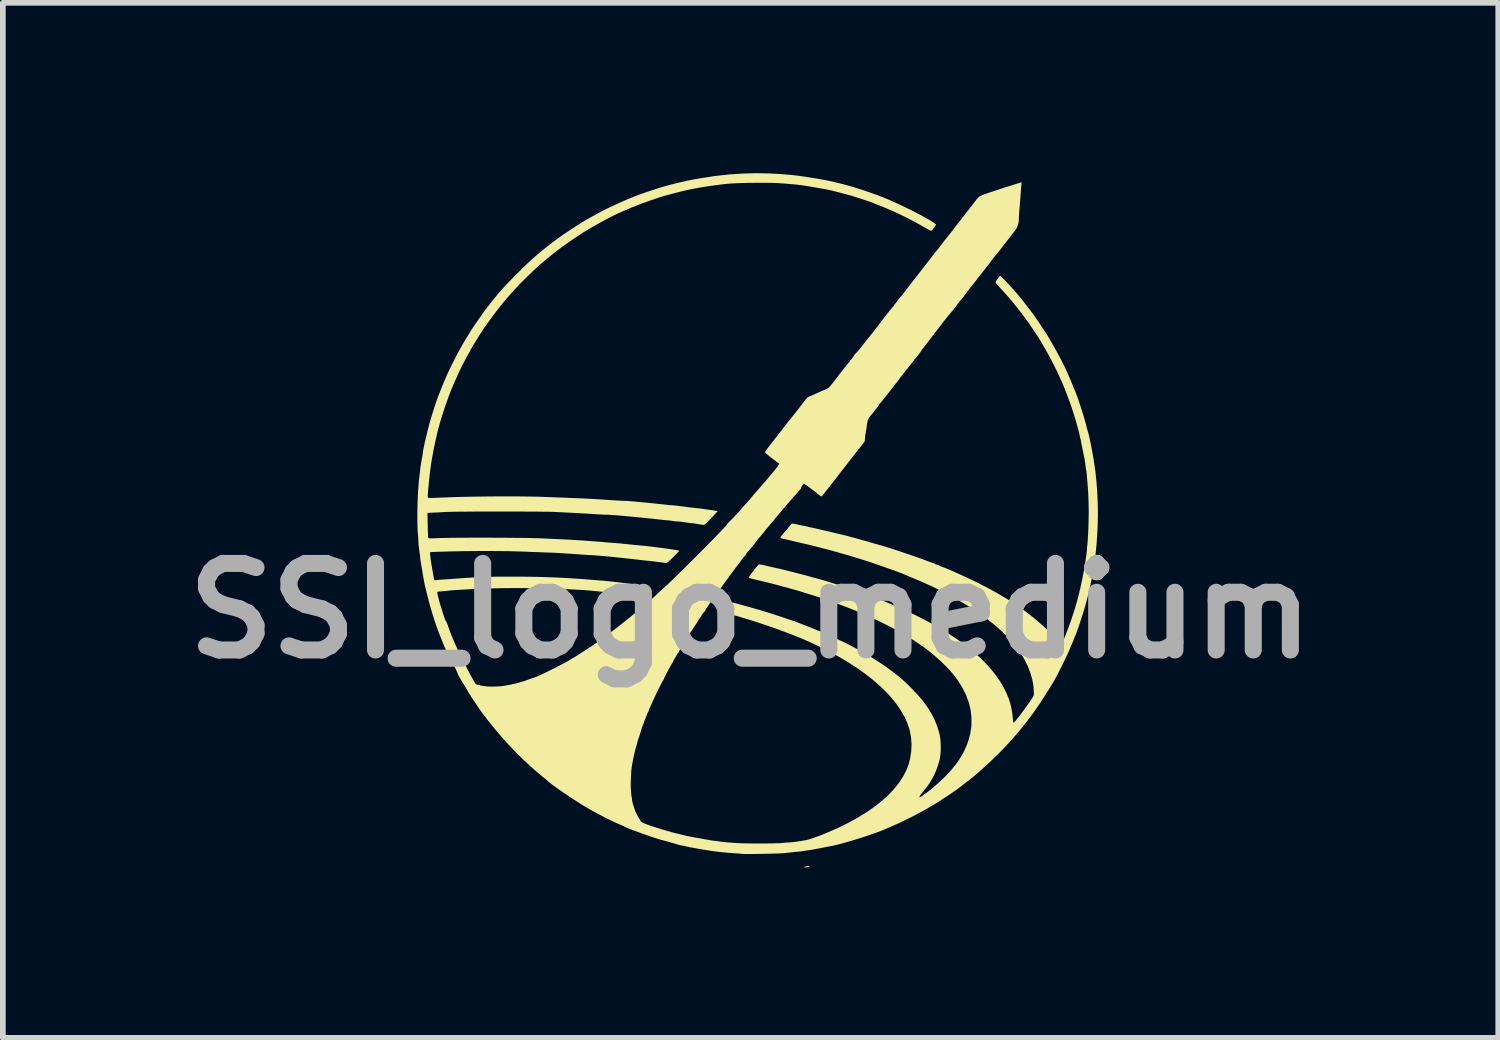
<source format=kicad_pcb>
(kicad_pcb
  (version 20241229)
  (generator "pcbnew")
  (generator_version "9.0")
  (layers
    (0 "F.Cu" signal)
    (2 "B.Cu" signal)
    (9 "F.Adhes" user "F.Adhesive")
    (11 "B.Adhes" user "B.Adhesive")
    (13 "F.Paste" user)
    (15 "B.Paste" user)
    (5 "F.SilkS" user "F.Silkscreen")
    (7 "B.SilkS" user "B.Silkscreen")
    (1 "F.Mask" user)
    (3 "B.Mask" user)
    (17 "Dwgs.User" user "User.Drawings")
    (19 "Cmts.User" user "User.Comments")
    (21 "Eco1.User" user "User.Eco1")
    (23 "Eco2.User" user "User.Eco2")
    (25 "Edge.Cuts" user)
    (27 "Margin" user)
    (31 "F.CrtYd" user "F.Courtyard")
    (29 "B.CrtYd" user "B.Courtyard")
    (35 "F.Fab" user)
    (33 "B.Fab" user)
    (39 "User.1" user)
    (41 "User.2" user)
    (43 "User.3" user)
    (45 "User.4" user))
  (footprint "SSI_logo_medium"
    (layer "F.Cu")
    (at 10.167 7.707)
    (property "Reference" "SSI_logo_medium" (at 0 0 0) (layer "F.Fab") (effects (font (size 1.524 1.524) (thickness 0.3))))
    (attr board_only exclude_from_pos_files exclude_from_bom)
    (fp_poly (pts (xy 1.025 4.492) (xy 1.036 4.498) (xy 1.031 4.504) (xy 1.029 4.505) (xy 1.01 4.512) (xy 0.986 4.517) (xy 0.964 4.519) (xy 0.948 4.518) (xy 0.944 4.515) (xy 0.951 4.507) (xy 0.961 4.505) (xy 0.982 4.501) (xy 0.994 4.496) (xy 1.013 4.49)) (stroke (width 0) (type solid)) (fill yes) (layer "F.SilkS"))
    (fp_poly (pts (xy 0.332 -7.703) (xy 0.337 -7.702) (xy 0.458 -7.696) (xy 0.566 -7.689) (xy 0.666 -7.681) (xy 0.763 -7.671) (xy 0.861 -7.659) (xy 0.965 -7.644) (xy 1.079 -7.626) (xy 1.118 -7.62) (xy 1.191 -7.608) (xy 1.251 -7.597) (xy 1.302 -7.588) (xy 1.348 -7.579) (xy 1.393 -7.569) (xy 1.441 -7.559) (xy 1.483 -7.549) (xy 1.518 -7.54) (xy 1.549 -7.533) (xy 1.57 -7.528) (xy 1.573 -7.528) (xy 1.663 -7.505) (xy 1.766 -7.476) (xy 1.878 -7.442) (xy 1.995 -7.404) (xy 2.115 -7.363) (xy 2.233 -7.321) (xy 2.312 -7.291) (xy 2.381 -7.263) (xy 2.462 -7.229) (xy 2.55 -7.189) (xy 2.642 -7.146) (xy 2.737 -7.101) (xy 2.829 -7.056) (xy 2.917 -7.011) (xy 2.996 -6.97) (xy 3.065 -6.932) (xy 3.086 -6.919) (xy 3.11 -6.906) (xy 3.127 -6.897) (xy 3.133 -6.894) (xy 3.141 -6.89) (xy 3.16 -6.878) (xy 3.187 -6.862) (xy 3.204 -6.851) (xy 3.238 -6.828) (xy 3.259 -6.811) (xy 3.267 -6.8) (xy 3.267 -6.798) (xy 3.253 -6.776) (xy 3.235 -6.751) (xy 3.215 -6.727) (xy 3.198 -6.706) (xy 3.186 -6.695) (xy 3.184 -6.693) (xy 3.171 -6.695) (xy 3.15 -6.704) (xy 3.132 -6.714) (xy 2.925 -6.832) (xy 2.718 -6.94) (xy 2.514 -7.037) (xy 2.315 -7.121) (xy 2.278 -7.136) (xy 2.24 -7.15) (xy 2.205 -7.164) (xy 2.178 -7.176) (xy 2.168 -7.18) (xy 2.147 -7.188) (xy 2.113 -7.201) (xy 2.068 -7.216) (xy 2.016 -7.233) (xy 1.961 -7.252) (xy 1.904 -7.27) (xy 1.849 -7.288) (xy 1.799 -7.303) (xy 1.757 -7.316) (xy 1.734 -7.322) (xy 1.645 -7.346) (xy 1.569 -7.366) (xy 1.503 -7.383) (xy 1.445 -7.398) (xy 1.391 -7.41) (xy 1.339 -7.421) (xy 1.285 -7.431) (xy 1.227 -7.441) (xy 1.161 -7.452) (xy 1.148 -7.455) (xy 1.098 -7.463) (xy 1.045 -7.472) (xy 0.996 -7.48) (xy 0.965 -7.485) (xy 0.895 -7.496) (xy 0.81 -7.506) (xy 0.714 -7.515) (xy 0.61 -7.524) (xy 0.5 -7.531) (xy 0.472 -7.533) (xy 0.401 -7.536) (xy 0.319 -7.537) (xy 0.227 -7.538) (xy 0.13 -7.538) (xy 0.031 -7.537) (xy -0.068 -7.536) (xy -0.163 -7.533) (xy -0.252 -7.53) (xy -0.331 -7.526) (xy -0.397 -7.521) (xy -0.417 -7.519) (xy -0.501 -7.51) (xy -0.594 -7.498) (xy -0.691 -7.485) (xy -0.789 -7.47) (xy -0.884 -7.455) (xy -0.973 -7.439) (xy -1.05 -7.424) (xy -1.092 -7.415) (xy -1.124 -7.408) (xy -1.149 -7.402) (xy -1.164 -7.399) (xy -1.165 -7.399) (xy -1.176 -7.397) (xy -1.201 -7.391) (xy -1.237 -7.381) (xy -1.281 -7.37) (xy -1.33 -7.357) (xy -1.382 -7.344) (xy -1.433 -7.33) (xy -1.481 -7.317) (xy -1.522 -7.306) (xy -1.555 -7.296) (xy -1.6 -7.282) (xy -1.653 -7.264) (xy -1.712 -7.244) (xy -1.774 -7.223) (xy -1.835 -7.201) (xy -1.893 -7.18) (xy -1.945 -7.161) (xy -1.988 -7.144) (xy -2.02 -7.132) (xy -2.029 -7.128) (xy -2.048 -7.119) (xy -2.061 -7.115) (xy -2.061 -7.115) (xy -2.066 -7.114) (xy -2.075 -7.111) (xy -2.091 -7.105) (xy -2.116 -7.093) (xy -2.155 -7.077) (xy -2.159 -7.075) (xy -2.188 -7.062) (xy -2.224 -7.047) (xy -2.253 -7.034) (xy -2.33 -7) (xy -2.418 -6.958) (xy -2.515 -6.908) (xy -2.618 -6.853) (xy -2.725 -6.793) (xy -2.834 -6.731) (xy -2.899 -6.692) (xy -2.933 -6.671) (xy -2.978 -6.642) (xy -3.03 -6.608) (xy -3.085 -6.571) (xy -3.142 -6.533) (xy -3.196 -6.496) (xy -3.244 -6.462) (xy -3.284 -6.434) (xy -3.307 -6.417) (xy -3.339 -6.393) (xy -3.372 -6.368) (xy -3.398 -6.349) (xy -3.399 -6.348) (xy -3.419 -6.333) (xy -3.447 -6.311) (xy -3.484 -6.281) (xy -3.53 -6.244) (xy -3.588 -6.197) (xy -3.654 -6.143) (xy -3.69 -6.112) (xy -3.736 -6.071) (xy -3.789 -6.023) (xy -3.846 -5.969) (xy -3.904 -5.913) (xy -3.962 -5.856) (xy -4.017 -5.801) (xy -4.067 -5.751) (xy -4.079 -5.738) (xy -4.152 -5.66) (xy -4.22 -5.585) (xy -4.284 -5.512) (xy -4.347 -5.438) (xy -4.409 -5.361) (xy -4.474 -5.278) (xy -4.542 -5.187) (xy -4.617 -5.085) (xy -4.664 -5.02) (xy -4.687 -4.986) (xy -4.716 -4.943) (xy -4.749 -4.892) (xy -4.784 -4.838) (xy -4.819 -4.781) (xy -4.853 -4.726) (xy -4.884 -4.675) (xy -4.91 -4.631) (xy -4.929 -4.597) (xy -4.937 -4.582) (xy -4.946 -4.564) (xy -4.961 -4.537) (xy -4.979 -4.506) (xy -4.982 -4.501) (xy -5.016 -4.438) (xy -5.054 -4.365) (xy -5.093 -4.289) (xy -5.129 -4.214) (xy -5.148 -4.173) (xy -5.166 -4.132) (xy -5.184 -4.092) (xy -5.199 -4.059) (xy -5.207 -4.042) (xy -5.239 -3.968) (xy -5.275 -3.88) (xy -5.312 -3.785) (xy -5.348 -3.684) (xy -5.384 -3.582) (xy -5.416 -3.483) (xy -5.432 -3.434) (xy -5.444 -3.395) (xy -5.455 -3.359) (xy -5.463 -3.332) (xy -5.467 -3.32) (xy -5.478 -3.28) (xy -5.492 -3.231) (xy -5.506 -3.177) (xy -5.519 -3.126) (xy -5.529 -3.082) (xy -5.53 -3.077) (xy -5.538 -3.037) (xy -5.549 -2.99) (xy -5.559 -2.944) (xy -5.56 -2.937) (xy -5.569 -2.897) (xy -5.579 -2.847) (xy -5.589 -2.793) (xy -5.6 -2.737) (xy -5.609 -2.684) (xy -5.617 -2.638) (xy -5.623 -2.603) (xy -5.624 -2.597) (xy -5.631 -2.54) (xy -5.638 -2.491) (xy -5.644 -2.447) (xy -5.649 -2.407) (xy -5.653 -2.366) (xy -5.658 -2.323) (xy -5.663 -2.274) (xy -5.668 -2.217) (xy -5.675 -2.149) (xy -5.682 -2.067) (xy -5.683 -2.052) (xy -5.685 -2.019) (xy -5.682 -1.999) (xy -5.677 -1.992) (xy -5.662 -1.988) (xy -5.631 -1.987) (xy -5.584 -1.988) (xy -5.542 -1.99) (xy -5.437 -1.995) (xy -5.317 -1.999) (xy -5.186 -2.004) (xy -5.045 -2.007) (xy -4.897 -2.01) (xy -4.745 -2.012) (xy -4.59 -2.014) (xy -4.436 -2.015) (xy -4.284 -2.015) (xy -4.137 -2.015) (xy -3.998 -2.014) (xy -3.868 -2.012) (xy -3.75 -2.01) (xy -3.647 -2.006) (xy -3.643 -2.006) (xy -3.573 -2.004) (xy -3.493 -2.001) (xy -3.407 -1.997) (xy -3.32 -1.994) (xy -3.239 -1.991) (xy -3.205 -1.989) (xy -3.05 -1.983) (xy -2.91 -1.977) (xy -2.78 -1.97) (xy -2.657 -1.963) (xy -2.539 -1.955) (xy -2.474 -1.951) (xy -2.417 -1.947) (xy -2.363 -1.943) (xy -2.315 -1.941) (xy -2.276 -1.939) (xy -2.25 -1.938) (xy -2.248 -1.938) (xy -2.217 -1.937) (xy -2.171 -1.935) (xy -2.11 -1.93) (xy -2.037 -1.924) (xy -1.952 -1.916) (xy -1.858 -1.907) (xy -1.755 -1.897) (xy -1.646 -1.886) (xy -1.531 -1.873) (xy -1.496 -1.87) (xy -1.455 -1.865) (xy -1.415 -1.861) (xy -1.382 -1.859) (xy -1.373 -1.858) (xy -1.344 -1.856) (xy -1.305 -1.852) (xy -1.265 -1.847) (xy -1.258 -1.846) (xy -1.177 -1.836) (xy -1.112 -1.827) (xy -1.059 -1.821) (xy -1.018 -1.816) (xy -0.987 -1.812) (xy -0.964 -1.809) (xy -0.947 -1.808) (xy -0.939 -1.807) (xy -0.915 -1.805) (xy -0.878 -1.8) (xy -0.83 -1.794) (xy -0.774 -1.786) (xy -0.713 -1.777) (xy -0.652 -1.768) (xy -0.64 -1.766) (xy -0.578 -1.757) (xy -0.609 -1.722) (xy -0.669 -1.656) (xy -0.719 -1.603) (xy -0.758 -1.563) (xy -0.789 -1.535) (xy -0.811 -1.518) (xy -0.825 -1.513) (xy -0.843 -1.515) (xy -0.872 -1.519) (xy -0.907 -1.525) (xy -0.914 -1.526) (xy -0.956 -1.533) (xy -1 -1.54) (xy -1.037 -1.544) (xy -1.037 -1.544) (xy -1.073 -1.547) (xy -1.117 -1.553) (xy -1.16 -1.56) (xy -1.164 -1.56) (xy -1.203 -1.566) (xy -1.241 -1.571) (xy -1.272 -1.573) (xy -1.276 -1.573) (xy -1.311 -1.575) (xy -1.349 -1.579) (xy -1.358 -1.581) (xy -1.389 -1.586) (xy -1.428 -1.591) (xy -1.454 -1.593) (xy -1.489 -1.596) (xy -1.533 -1.6) (xy -1.577 -1.605) (xy -1.585 -1.606) (xy -1.657 -1.614) (xy -1.735 -1.623) (xy -1.818 -1.631) (xy -1.904 -1.64) (xy -1.992 -1.649) (xy -2.078 -1.657) (xy -2.163 -1.665) (xy -2.244 -1.672) (xy -2.319 -1.679) (xy -2.387 -1.684) (xy -2.446 -1.688) (xy -2.493 -1.692) (xy -2.528 -1.693) (xy -2.549 -1.693) (xy -2.554 -1.693) (xy -2.564 -1.693) (xy -2.589 -1.694) (xy -2.626 -1.696) (xy -2.672 -1.698) (xy -2.724 -1.702) (xy -2.749 -1.703) (xy -2.87 -1.711) (xy -3.007 -1.719) (xy -3.161 -1.727) (xy -3.332 -1.736) (xy -3.473 -1.742) (xy -3.506 -1.744) (xy -3.555 -1.745) (xy -3.618 -1.745) (xy -3.693 -1.746) (xy -3.778 -1.747) (xy -3.873 -1.747) (xy -3.975 -1.748) (xy -4.083 -1.748) (xy -4.196 -1.748) (xy -4.311 -1.749) (xy -4.428 -1.749) (xy -4.544 -1.748) (xy -4.658 -1.748) (xy -4.769 -1.748) (xy -4.874 -1.748) (xy -4.973 -1.747) (xy -5.064 -1.746) (xy -5.144 -1.746) (xy -5.214 -1.745) (xy -5.27 -1.744) (xy -5.311 -1.743) (xy -5.326 -1.742) (xy -5.385 -1.74) (xy -5.448 -1.736) (xy -5.51 -1.733) (xy -5.563 -1.731) (xy -5.58 -1.73) (xy -5.689 -1.724) (xy -5.685 -1.509) (xy -5.684 -1.45) (xy -5.682 -1.396) (xy -5.68 -1.35) (xy -5.678 -1.314) (xy -5.676 -1.291) (xy -5.674 -1.283) (xy -5.668 -1.28) (xy -5.655 -1.277) (xy -5.632 -1.276) (xy -5.598 -1.277) (xy -5.551 -1.278) (xy -5.509 -1.28) (xy -5.463 -1.282) (xy -5.402 -1.283) (xy -5.327 -1.285) (xy -5.241 -1.286) (xy -5.144 -1.287) (xy -5.039 -1.287) (xy -4.928 -1.288) (xy -4.812 -1.288) (xy -4.693 -1.288) (xy -4.572 -1.288) (xy -4.452 -1.287) (xy -4.334 -1.287) (xy -4.22 -1.286) (xy -4.112 -1.285) (xy -4.011 -1.284) (xy -3.919 -1.283) (xy -3.838 -1.281) (xy -3.77 -1.279) (xy -3.716 -1.278) (xy -3.706 -1.277) (xy -3.568 -1.271) (xy -3.445 -1.265) (xy -3.335 -1.26) (xy -3.237 -1.255) (xy -3.148 -1.25) (xy -3.067 -1.245) (xy -2.992 -1.241) (xy -2.921 -1.236) (xy -2.852 -1.231) (xy -2.784 -1.226) (xy -2.714 -1.221) (xy -2.641 -1.215) (xy -2.563 -1.208) (xy -2.559 -1.207) (xy -2.503 -1.203) (xy -2.453 -1.199) (xy -2.41 -1.195) (xy -2.377 -1.193) (xy -2.358 -1.191) (xy -2.355 -1.191) (xy -2.339 -1.19) (xy -2.31 -1.188) (xy -2.271 -1.184) (xy -2.227 -1.179) (xy -2.214 -1.178) (xy -2.159 -1.172) (xy -2.098 -1.166) (xy -2.039 -1.16) (xy -1.993 -1.156) (xy -1.873 -1.145) (xy -1.742 -1.13) (xy -1.606 -1.113) (xy -1.47 -1.095) (xy -1.34 -1.075) (xy -1.338 -1.075) (xy -1.303 -1.069) (xy -1.275 -1.065) (xy -1.257 -1.063) (xy -1.253 -1.063) (xy -1.256 -1.057) (xy -1.268 -1.042) (xy -1.289 -1.02) (xy -1.315 -0.993) (xy -1.344 -0.964) (xy -1.374 -0.934) (xy -1.402 -0.906) (xy -1.427 -0.883) (xy -1.446 -0.867) (xy -1.447 -0.866) (xy -1.479 -0.84) (xy -1.554 -0.85) (xy -1.597 -0.856) (xy -1.644 -0.862) (xy -1.683 -0.868) (xy -1.687 -0.868) (xy -1.726 -0.873) (xy -1.767 -0.878) (xy -1.794 -0.88) (xy -1.826 -0.883) (xy -1.867 -0.887) (xy -1.907 -0.892) (xy -1.908 -0.892) (xy -1.939 -0.896) (xy -1.975 -0.9) (xy -2.018 -0.905) (xy -2.071 -0.911) (xy -2.135 -0.918) (xy -2.211 -0.926) (xy -2.302 -0.936) (xy -2.367 -0.943) (xy -2.479 -0.955) (xy -2.585 -0.964) (xy -2.682 -0.972) (xy -2.768 -0.979) (xy -2.818 -0.981) (xy -2.853 -0.983) (xy -2.898 -0.986) (xy -2.95 -0.989) (xy -3.002 -0.993) (xy -3.009 -0.994) (xy -3.116 -1.001) (xy -3.209 -1.008) (xy -3.293 -1.013) (xy -3.37 -1.018) (xy -3.446 -1.022) (xy -3.523 -1.025) (xy -3.604 -1.028) (xy -3.63 -1.029) (xy -3.707 -1.032) (xy -3.794 -1.035) (xy -3.884 -1.038) (xy -3.972 -1.042) (xy -4.051 -1.045) (xy -4.072 -1.045) (xy -4.164 -1.048) (xy -4.27 -1.051) (xy -4.388 -1.052) (xy -4.514 -1.053) (xy -4.647 -1.054) (xy -4.783 -1.053) (xy -4.92 -1.052) (xy -5.055 -1.051) (xy -5.185 -1.048) (xy -5.307 -1.046) (xy -5.325 -1.045) (xy -5.397 -1.043) (xy -5.463 -1.041) (xy -5.521 -1.039) (xy -5.57 -1.037) (xy -5.609 -1.035) (xy -5.633 -1.034) (xy -5.643 -1.032) (xy -5.643 -1.032) (xy -5.645 -1.022) (xy -5.643 -0.997) (xy -5.639 -0.961) (xy -5.634 -0.916) (xy -5.626 -0.864) (xy -5.618 -0.809) (xy -5.608 -0.752) (xy -5.599 -0.697) (xy -5.592 -0.665) (xy -5.587 -0.634) (xy -5.582 -0.605) (xy -5.58 -0.594) (xy -5.575 -0.562) (xy -5.568 -0.545) (xy -5.558 -0.538) (xy -5.544 -0.539) (xy -5.527 -0.542) (xy -5.498 -0.545) (xy -5.459 -0.548) (xy -5.414 -0.551) (xy -5.398 -0.552) (xy -5.34 -0.556) (xy -5.275 -0.56) (xy -5.212 -0.565) (xy -5.16 -0.569) (xy -5.02 -0.579) (xy -4.886 -0.587) (xy -4.754 -0.593) (xy -4.622 -0.598) (xy -4.485 -0.601) (xy -4.341 -0.602) (xy -4.186 -0.602) (xy -4.063 -0.602) (xy -3.887 -0.6) (xy -3.723 -0.597) (xy -3.568 -0.592) (xy -3.418 -0.587) (xy -3.269 -0.579) (xy -3.116 -0.57) (xy -2.956 -0.559) (xy -2.785 -0.545) (xy -2.754 -0.543) (xy -2.707 -0.539) (xy -2.663 -0.535) (xy -2.625 -0.533) (xy -2.599 -0.531) (xy -2.597 -0.531) (xy -2.569 -0.528) (xy -2.53 -0.524) (xy -2.48 -0.519) (xy -2.423 -0.513) (xy -2.36 -0.505) (xy -2.294 -0.498) (xy -2.227 -0.489) (xy -2.161 -0.481) (xy -2.098 -0.473) (xy -2.04 -0.465) (xy -1.99 -0.459) (xy -1.949 -0.453) (xy -1.921 -0.448) (xy -1.906 -0.445) (xy -1.905 -0.445) (xy -1.908 -0.438) (xy -1.922 -0.425) (xy -1.93 -0.419) (xy -1.948 -0.403) (xy -1.976 -0.38) (xy -2.007 -0.353) (xy -2.025 -0.338) (xy -2.092 -0.28) (xy -2.136 -0.285) (xy -2.163 -0.288) (xy -2.201 -0.293) (xy -2.245 -0.298) (xy -2.278 -0.302) (xy -2.323 -0.307) (xy -2.379 -0.313) (xy -2.439 -0.32) (xy -2.497 -0.325) (xy -2.512 -0.327) (xy -2.574 -0.333) (xy -2.644 -0.339) (xy -2.715 -0.346) (xy -2.778 -0.352) (xy -2.784 -0.353) (xy -2.833 -0.357) (xy -2.878 -0.361) (xy -2.915 -0.364) (xy -2.941 -0.366) (xy -2.95 -0.367) (xy -2.966 -0.367) (xy -2.997 -0.369) (xy -3.04 -0.371) (xy -3.091 -0.374) (xy -3.148 -0.377) (xy -3.188 -0.379) (xy -3.318 -0.386) (xy -3.461 -0.391) (xy -3.614 -0.395) (xy -3.773 -0.398) (xy -3.936 -0.4) (xy -4.1 -0.401) (xy -4.263 -0.4) (xy -4.421 -0.398) (xy -4.572 -0.395) (xy -4.712 -0.391) (xy -4.841 -0.386) (xy -4.901 -0.383) (xy -4.959 -0.379) (xy -5.019 -0.376) (xy -5.076 -0.373) (xy -5.125 -0.37) (xy -5.147 -0.369) (xy -5.196 -0.366) (xy -5.253 -0.362) (xy -5.311 -0.356) (xy -5.347 -0.352) (xy -5.391 -0.348) (xy -5.432 -0.344) (xy -5.465 -0.341) (xy -5.485 -0.34) (xy -5.502 -0.339) (xy -5.512 -0.334) (xy -5.516 -0.323) (xy -5.515 -0.303) (xy -5.507 -0.27) (xy -5.499 -0.24) (xy -5.49 -0.206) (xy -5.483 -0.177) (xy -5.478 -0.157) (xy -5.478 -0.155) (xy -5.472 -0.134) (xy -5.464 -0.107) (xy -5.463 -0.104) (xy -5.452 -0.074) (xy -5.443 -0.044) (xy -5.443 -0.043) (xy -5.421 0.028) (xy -5.402 0.087) (xy -5.386 0.133) (xy -5.373 0.166) (xy -5.364 0.183) (xy -5.364 0.183) (xy -5.355 0.198) (xy -5.343 0.225) (xy -5.329 0.259) (xy -5.322 0.281) (xy -5.309 0.317) (xy -5.298 0.348) (xy -5.29 0.371) (xy -5.287 0.378) (xy -5.28 0.396) (xy -5.269 0.422) (xy -5.262 0.441) (xy -5.249 0.475) (xy -5.235 0.508) (xy -5.229 0.522) (xy -5.219 0.544) (xy -5.205 0.577) (xy -5.187 0.616) (xy -5.172 0.65) (xy -5.15 0.7) (xy -5.121 0.76) (xy -5.089 0.826) (xy -5.054 0.896) (xy -5.017 0.968) (xy -4.979 1.04) (xy -4.943 1.108) (xy -4.909 1.17) (xy -4.879 1.224) (xy -4.854 1.266) (xy -4.839 1.29) (xy -4.828 1.295) (xy -4.804 1.303) (xy -4.77 1.311) (xy -4.731 1.319) (xy -4.69 1.325) (xy -4.651 1.331) (xy -4.641 1.331) (xy -4.611 1.333) (xy -4.569 1.334) (xy -4.522 1.334) (xy -4.475 1.333) (xy -4.434 1.331) (xy -4.425 1.33) (xy -4.391 1.327) (xy -4.349 1.322) (xy -4.306 1.315) (xy -4.264 1.308) (xy -4.228 1.301) (xy -4.203 1.295) (xy -4.197 1.293) (xy -4.173 1.286) (xy -4.155 1.284) (xy -4.137 1.281) (xy -4.108 1.274) (xy -4.07 1.263) (xy -4.028 1.25) (xy -3.985 1.237) (xy -3.945 1.223) (xy -3.944 1.222) (xy -3.896 1.205) (xy -3.858 1.191) (xy -3.823 1.179) (xy -3.791 1.169) (xy -3.766 1.159) (xy -3.729 1.143) (xy -3.681 1.121) (xy -3.626 1.095) (xy -3.565 1.066) (xy -3.502 1.034) (xy -3.438 1.003) (xy -3.377 0.971) (xy -3.32 0.941) (xy -3.27 0.915) (xy -3.229 0.892) (xy -3.202 0.876) (xy -3.169 0.856) (xy -3.142 0.839) (xy -3.123 0.828) (xy -3.116 0.825) (xy -3.106 0.82) (xy -3.088 0.809) (xy -3.069 0.797) (xy -3.038 0.777) (xy -3.002 0.754) (xy -2.978 0.739) (xy -2.943 0.717) (xy -2.898 0.687) (xy -2.841 0.65) (xy -2.772 0.604) (xy -2.746 0.587) (xy -2.693 0.551) (xy -2.641 0.514) (xy -2.596 0.481) (xy -2.584 0.472) (xy -2.555 0.449) (xy -2.524 0.426) (xy -2.512 0.416) (xy -2.489 0.399) (xy -2.458 0.375) (xy -2.425 0.351) (xy -2.418 0.346) (xy -2.363 0.304) (xy -2.299 0.254) (xy -2.229 0.199) (xy -2.158 0.142) (xy -2.088 0.085) (xy -2.075 0.075) (xy -2.04 0.046) (xy -2 0.013) (xy -1.965 -0.016) (xy -1.965 -0.016) (xy -1.933 -0.043) (xy -1.894 -0.075) (xy -1.856 -0.109) (xy -1.84 -0.123) (xy -1.81 -0.15) (xy -1.782 -0.174) (xy -1.76 -0.191) (xy -1.751 -0.198) (xy -1.737 -0.21) (xy -1.714 -0.23) (xy -1.685 -0.257) (xy -1.653 -0.288) (xy -1.649 -0.292) (xy -1.613 -0.326) (xy -1.576 -0.36) (xy -1.542 -0.391) (xy -1.517 -0.413) (xy -1.497 -0.431) (xy -1.466 -0.459) (xy -1.427 -0.496) (xy -1.381 -0.541) (xy -1.328 -0.592) (xy -1.269 -0.65) (xy -1.206 -0.712) (xy -1.139 -0.778) (xy -1.07 -0.847) (xy -1 -0.917) (xy -0.929 -0.988) (xy -0.859 -1.058) (xy -0.79 -1.127) (xy -0.725 -1.194) (xy -0.663 -1.256) (xy -0.606 -1.315) (xy -0.555 -1.367) (xy -0.511 -1.413) (xy -0.475 -1.451) (xy -0.448 -1.48) (xy -0.431 -1.5) (xy -0.425 -1.508) (xy -0.425 -1.508) (xy -0.419 -1.517) (xy -0.404 -1.535) (xy -0.38 -1.561) (xy -0.349 -1.593) (xy -0.314 -1.63) (xy -0.312 -1.631) (xy -0.274 -1.671) (xy -0.238 -1.71) (xy -0.205 -1.744) (xy -0.18 -1.773) (xy -0.166 -1.789) (xy -0.143 -1.817) (xy -0.114 -1.85) (xy -0.086 -1.882) (xy -0.084 -1.883) (xy -0.056 -1.914) (xy -0.023 -1.951) (xy 0.009 -1.988) (xy 0.018 -1.999) (xy 0.049 -2.036) (xy 0.085 -2.078) (xy 0.12 -2.118) (xy 0.132 -2.131) (xy 0.179 -2.186) (xy 0.229 -2.244) (xy 0.28 -2.302) (xy 0.328 -2.36) (xy 0.374 -2.414) (xy 0.414 -2.463) (xy 0.448 -2.504) (xy 0.473 -2.535) (xy 0.478 -2.543) (xy 0.493 -2.566) (xy 0.501 -2.586) (xy 0.5 -2.599) (xy 0.495 -2.601) (xy 0.486 -2.606) (xy 0.466 -2.62) (xy 0.438 -2.641) (xy 0.404 -2.666) (xy 0.367 -2.695) (xy 0.328 -2.726) (xy 0.296 -2.752) (xy 0.275 -2.771) (xy 0.26 -2.787) (xy 0.256 -2.795) (xy 0.257 -2.8) (xy 0.262 -2.809) (xy 0.272 -2.823) (xy 0.287 -2.844) (xy 0.308 -2.872) (xy 0.336 -2.908) (xy 0.372 -2.955) (xy 0.416 -3.012) (xy 0.471 -3.081) (xy 0.487 -3.102) (xy 0.517 -3.141) (xy 0.547 -3.179) (xy 0.573 -3.213) (xy 0.592 -3.238) (xy 0.617 -3.27) (xy 0.643 -3.304) (xy 0.66 -3.325) (xy 0.683 -3.353) (xy 0.713 -3.39) (xy 0.747 -3.433) (xy 0.784 -3.48) (xy 0.823 -3.529) (xy 0.86 -3.576) (xy 0.894 -3.621) (xy 0.924 -3.659) (xy 0.947 -3.689) (xy 0.961 -3.708) (xy 0.962 -3.708) (xy 0.987 -3.74) (xy 1.009 -3.761) (xy 1.032 -3.774) (xy 1.046 -3.779) (xy 1.062 -3.785) (xy 1.09 -3.797) (xy 1.124 -3.812) (xy 1.148 -3.823) (xy 1.192 -3.843) (xy 1.242 -3.865) (xy 1.288 -3.885) (xy 1.302 -3.89) (xy 1.323 -3.899) (xy 1.341 -3.906) (xy 1.356 -3.914) (xy 1.37 -3.923) (xy 1.385 -3.936) (xy 1.401 -3.955) (xy 1.422 -3.98) (xy 1.449 -4.013) (xy 1.482 -4.056) (xy 1.524 -4.111) (xy 1.53 -4.119) (xy 1.585 -4.19) (xy 1.631 -4.249) (xy 1.668 -4.296) (xy 1.696 -4.332) (xy 1.718 -4.358) (xy 1.733 -4.375) (xy 1.741 -4.384) (xy 1.745 -4.386) (xy 1.75 -4.393) (xy 1.751 -4.399) (xy 1.755 -4.41) (xy 1.759 -4.412) (xy 1.767 -4.418) (xy 1.781 -4.436) (xy 1.798 -4.461) (xy 1.801 -4.466) (xy 1.821 -4.494) (xy 1.84 -4.52) (xy 1.855 -4.536) (xy 1.855 -4.536) (xy 1.877 -4.558) (xy 1.906 -4.591) (xy 1.942 -4.635) (xy 1.984 -4.688) (xy 2.027 -4.744) (xy 2.05 -4.773) (xy 2.073 -4.802) (xy 2.087 -4.819) (xy 2.103 -4.839) (xy 2.127 -4.868) (xy 2.155 -4.903) (xy 2.184 -4.941) (xy 2.212 -4.977) (xy 2.236 -5.009) (xy 2.248 -5.025) (xy 2.278 -5.064) (xy 2.311 -5.107) (xy 2.346 -5.152) (xy 2.382 -5.198) (xy 2.416 -5.242) (xy 2.448 -5.282) (xy 2.476 -5.316) (xy 2.498 -5.342) (xy 2.513 -5.358) (xy 2.517 -5.363) (xy 2.524 -5.372) (xy 2.525 -5.377) (xy 2.529 -5.389) (xy 2.532 -5.391) (xy 2.54 -5.399) (xy 2.555 -5.417) (xy 2.575 -5.443) (xy 2.587 -5.459) (xy 2.609 -5.488) (xy 2.627 -5.511) (xy 2.64 -5.526) (xy 2.644 -5.53) (xy 2.648 -5.534) (xy 2.656 -5.542) (xy 2.668 -5.556) (xy 2.685 -5.579) (xy 2.709 -5.61) (xy 2.74 -5.651) (xy 2.781 -5.705) (xy 2.784 -5.709) (xy 2.805 -5.737) (xy 2.832 -5.772) (xy 2.861 -5.808) (xy 2.869 -5.819) (xy 2.932 -5.899) (xy 2.993 -5.977) (xy 3.045 -6.045) (xy 3.074 -6.082) (xy 3.107 -6.124) (xy 3.137 -6.162) (xy 3.141 -6.167) (xy 3.168 -6.202) (xy 3.195 -6.238) (xy 3.218 -6.269) (xy 3.221 -6.273) (xy 3.242 -6.302) (xy 3.263 -6.327) (xy 3.277 -6.341) (xy 3.292 -6.358) (xy 3.313 -6.384) (xy 3.337 -6.415) (xy 3.348 -6.43) (xy 3.377 -6.469) (xy 3.41 -6.513) (xy 3.441 -6.552) (xy 3.447 -6.559) (xy 3.477 -6.596) (xy 3.511 -6.638) (xy 3.541 -6.677) (xy 3.545 -6.682) (xy 3.572 -6.718) (xy 3.604 -6.76) (xy 3.636 -6.8) (xy 3.645 -6.812) (xy 3.673 -6.848) (xy 3.702 -6.884) (xy 3.726 -6.916) (xy 3.735 -6.927) (xy 3.773 -6.976) (xy 3.811 -7.026) (xy 3.847 -7.072) (xy 3.878 -7.111) (xy 3.901 -7.14) (xy 3.922 -7.167) (xy 3.948 -7.201) (xy 3.967 -7.226) (xy 3.989 -7.254) (xy 4.012 -7.279) (xy 4.029 -7.294) (xy 4.049 -7.306) (xy 4.085 -7.321) (xy 4.133 -7.34) (xy 4.193 -7.361) (xy 4.262 -7.384) (xy 4.31 -7.4) (xy 4.35 -7.413) (xy 4.391 -7.427) (xy 4.425 -7.438) (xy 4.454 -7.448) (xy 4.478 -7.456) (xy 4.49 -7.46) (xy 4.497 -7.461) (xy 4.509 -7.464) (xy 4.526 -7.47) (xy 4.552 -7.478) (xy 4.59 -7.49) (xy 4.641 -7.507) (xy 4.641 -7.507) (xy 4.674 -7.517) (xy 4.704 -7.526) (xy 4.722 -7.531) (xy 4.746 -7.538) (xy 4.763 -7.544) (xy 4.774 -7.546) (xy 4.774 -7.539) (xy 4.772 -7.527) (xy 4.769 -7.502) (xy 4.766 -7.464) (xy 4.762 -7.416) (xy 4.759 -7.362) (xy 4.756 -7.328) (xy 4.752 -7.266) (xy 4.747 -7.205) (xy 4.743 -7.149) (xy 4.739 -7.102) (xy 4.736 -7.066) (xy 4.735 -7.056) (xy 4.731 -7.012) (xy 4.728 -6.965) (xy 4.726 -6.924) (xy 4.726 -6.922) (xy 4.723 -6.853) (xy 4.71 -6.794) (xy 4.688 -6.741) (xy 4.654 -6.69) (xy 4.642 -6.676) (xy 4.623 -6.652) (xy 4.605 -6.628) (xy 4.603 -6.626) (xy 4.587 -6.604) (xy 4.567 -6.578) (xy 4.561 -6.57) (xy 4.545 -6.55) (xy 4.522 -6.521) (xy 4.496 -6.487) (xy 4.476 -6.461) (xy 4.431 -6.403) (xy 4.392 -6.353) (xy 4.361 -6.314) (xy 4.338 -6.285) (xy 4.323 -6.269) (xy 4.323 -6.268) (xy 4.311 -6.255) (xy 4.293 -6.233) (xy 4.272 -6.205) (xy 4.25 -6.176) (xy 4.231 -6.15) (xy 4.225 -6.141) (xy 4.213 -6.125) (xy 4.194 -6.101) (xy 4.175 -6.077) (xy 4.152 -6.048) (xy 4.13 -6.02) (xy 4.116 -6.002) (xy 4.095 -5.977) (xy 4.073 -5.948) (xy 4.068 -5.942) (xy 4.05 -5.92) (xy 4.027 -5.89) (xy 4.002 -5.858) (xy 3.995 -5.849) (xy 3.971 -5.817) (xy 3.94 -5.777) (xy 3.907 -5.734) (xy 3.88 -5.701) (xy 3.852 -5.665) (xy 3.826 -5.632) (xy 3.805 -5.604) (xy 3.792 -5.585) (xy 3.791 -5.585) (xy 3.772 -5.558) (xy 3.75 -5.529) (xy 3.727 -5.502) (xy 3.708 -5.478) (xy 3.693 -5.463) (xy 3.688 -5.459) (xy 3.681 -5.449) (xy 3.681 -5.444) (xy 3.677 -5.433) (xy 3.673 -5.432) (xy 3.665 -5.425) (xy 3.651 -5.409) (xy 3.642 -5.396) (xy 3.623 -5.369) (xy 3.598 -5.336) (xy 3.571 -5.302) (xy 3.548 -5.274) (xy 3.541 -5.265) (xy 3.521 -5.243) (xy 3.501 -5.219) (xy 3.477 -5.191) (xy 3.451 -5.158) (xy 3.42 -5.119) (xy 3.384 -5.073) (xy 3.341 -5.017) (xy 3.291 -4.952) (xy 3.232 -4.875) (xy 3.184 -4.811) (xy 3.145 -4.761) (xy 3.116 -4.722) (xy 3.093 -4.693) (xy 3.077 -4.673) (xy 3.065 -4.658) (xy 3.057 -4.648) (xy 3.054 -4.645) (xy 3.045 -4.632) (xy 3.043 -4.626) (xy 3.036 -4.616) (xy 3.03 -4.613) (xy 3.019 -4.603) (xy 3.018 -4.599) (xy 3.013 -4.587) (xy 2.999 -4.567) (xy 2.98 -4.54) (xy 2.958 -4.51) (xy 2.935 -4.481) (xy 2.914 -4.455) (xy 2.898 -4.437) (xy 2.889 -4.43) (xy 2.882 -4.421) (xy 2.882 -4.419) (xy 2.876 -4.406) (xy 2.871 -4.4) (xy 2.854 -4.381) (xy 2.828 -4.349) (xy 2.793 -4.305) (xy 2.75 -4.25) (xy 2.75 -4.25) (xy 2.723 -4.216) (xy 2.697 -4.183) (xy 2.676 -4.156) (xy 2.667 -4.145) (xy 2.645 -4.117) (xy 2.624 -4.089) (xy 2.618 -4.08) (xy 2.601 -4.056) (xy 2.578 -4.027) (xy 2.563 -4.008) (xy 2.544 -3.984) (xy 2.529 -3.966) (xy 2.522 -3.957) (xy 2.476 -3.896) (xy 2.431 -3.839) (xy 2.389 -3.786) (xy 2.352 -3.739) (xy 2.321 -3.7) (xy 2.296 -3.67) (xy 2.279 -3.651) (xy 2.272 -3.644) (xy 2.262 -3.632) (xy 2.261 -3.627) (xy 2.256 -3.614) (xy 2.243 -3.597) (xy 2.242 -3.596) (xy 2.224 -3.574) (xy 2.205 -3.549) (xy 2.202 -3.545) (xy 2.187 -3.525) (xy 2.165 -3.497) (xy 2.139 -3.466) (xy 2.125 -3.45) (xy 2.101 -3.421) (xy 2.083 -3.395) (xy 2.07 -3.369) (xy 2.061 -3.338) (xy 2.053 -3.3) (xy 2.046 -3.249) (xy 2.044 -3.235) (xy 2.041 -3.21) (xy 2.035 -3.175) (xy 2.029 -3.137) (xy 2.027 -3.128) (xy 2.021 -3.09) (xy 2.017 -3.053) (xy 2.015 -3.024) (xy 2.015 -3.019) (xy 2.014 -3.003) (xy 2.01 -2.988) (xy 2.001 -2.971) (xy 1.986 -2.949) (xy 1.962 -2.919) (xy 1.945 -2.897) (xy 1.914 -2.86) (xy 1.884 -2.822) (xy 1.858 -2.789) (xy 1.84 -2.766) (xy 1.819 -2.738) (xy 1.792 -2.702) (xy 1.764 -2.667) (xy 1.758 -2.659) (xy 1.689 -2.571) (xy 1.631 -2.496) (xy 1.582 -2.433) (xy 1.543 -2.383) (xy 1.513 -2.345) (xy 1.498 -2.324) (xy 1.45 -2.262) (xy 1.411 -2.212) (xy 1.381 -2.174) (xy 1.358 -2.145) (xy 1.341 -2.125) (xy 1.332 -2.114) (xy 1.314 -2.093) (xy 1.3 -2.073) (xy 1.299 -2.072) (xy 1.286 -2.052) (xy 1.27 -2.032) (xy 1.254 -2.018) (xy 1.247 -2.015) (xy 1.237 -2.02) (xy 1.218 -2.033) (xy 1.194 -2.051) (xy 1.168 -2.072) (xy 1.151 -2.087) (xy 1.137 -2.098) (xy 1.118 -2.112) (xy 1.117 -2.112) (xy 1.098 -2.126) (xy 1.072 -2.146) (xy 1.043 -2.168) (xy 1.015 -2.189) (xy 0.987 -2.209) (xy 0.967 -2.222) (xy 0.941 -2.239) (xy 0.917 -2.212) (xy 0.902 -2.192) (xy 0.893 -2.175) (xy 0.893 -2.171) (xy 0.887 -2.154) (xy 0.882 -2.146) (xy 0.86 -2.122) (xy 0.83 -2.088) (xy 0.794 -2.046) (xy 0.753 -2) (xy 0.712 -1.952) (xy 0.671 -1.905) (xy 0.634 -1.862) (xy 0.602 -1.825) (xy 0.585 -1.804) (xy 0.56 -1.776) (xy 0.529 -1.738) (xy 0.494 -1.697) (xy 0.46 -1.657) (xy 0.457 -1.653) (xy 0.426 -1.616) (xy 0.395 -1.579) (xy 0.368 -1.546) (xy 0.348 -1.522) (xy 0.345 -1.519) (xy 0.325 -1.494) (xy 0.307 -1.473) (xy 0.297 -1.463) (xy 0.284 -1.448) (xy 0.266 -1.426) (xy 0.257 -1.414) (xy 0.238 -1.388) (xy 0.211 -1.355) (xy 0.18 -1.318) (xy 0.149 -1.282) (xy 0.125 -1.257) (xy 0.114 -1.242) (xy 0.111 -1.233) (xy 0.105 -1.224) (xy 0.104 -1.224) (xy 0.096 -1.217) (xy 0.084 -1.201) (xy 0.081 -1.197) (xy 0.071 -1.18) (xy 0.058 -1.163) (xy 0.042 -1.143) (xy 0.018 -1.116) (xy -0.006 -1.088) (xy -0.04 -1.05) (xy -0.062 -1.022) (xy -0.074 -1.005) (xy -0.077 -0.997) (xy -0.082 -0.987) (xy -0.096 -0.971) (xy -0.103 -0.964) (xy -0.123 -0.943) (xy -0.145 -0.914) (xy -0.158 -0.897) (xy -0.187 -0.855) (xy -0.218 -0.814) (xy -0.246 -0.778) (xy -0.251 -0.771) (xy -0.262 -0.758) (xy -0.279 -0.735) (xy -0.301 -0.706) (xy -0.312 -0.69) (xy -0.334 -0.661) (xy -0.354 -0.635) (xy -0.368 -0.618) (xy -0.372 -0.614) (xy -0.381 -0.6) (xy -0.383 -0.595) (xy -0.388 -0.584) (xy -0.401 -0.567) (xy -0.404 -0.563) (xy -0.417 -0.548) (xy -0.436 -0.522) (xy -0.461 -0.488) (xy -0.488 -0.451) (xy -0.494 -0.442) (xy -0.522 -0.403) (xy -0.549 -0.367) (xy -0.572 -0.337) (xy -0.59 -0.317) (xy -0.592 -0.314) (xy -0.609 -0.296) (xy -0.619 -0.282) (xy -0.621 -0.278) (xy -0.625 -0.267) (xy -0.637 -0.246) (xy -0.654 -0.221) (xy -0.671 -0.196) (xy -0.687 -0.176) (xy -0.696 -0.167) (xy -0.709 -0.151) (xy -0.714 -0.139) (xy -0.719 -0.129) (xy -0.723 -0.128) (xy -0.731 -0.121) (xy -0.731 -0.118) (xy -0.736 -0.106) (xy -0.747 -0.087) (xy -0.75 -0.082) (xy -0.775 -0.046) (xy -0.79 -0.019) (xy -0.796 -0.006) (xy -0.803 0.006) (xy -0.807 0.009) (xy -0.814 0.015) (xy -0.827 0.031) (xy -0.843 0.051) (xy -0.857 0.071) (xy -0.866 0.086) (xy -0.867 0.09) (xy -0.872 0.099) (xy -0.884 0.117) (xy -0.893 0.128) (xy -0.908 0.148) (xy -0.917 0.162) (xy -0.918 0.166) (xy -0.923 0.176) (xy -0.935 0.196) (xy -0.952 0.222) (xy -0.958 0.231) (xy -0.978 0.26) (xy -0.995 0.285) (xy -1.006 0.302) (xy -1.007 0.305) (xy -1.016 0.319) (xy -1.031 0.343) (xy -1.048 0.367) (xy -1.064 0.392) (xy -1.075 0.411) (xy -1.08 0.42) (xy -1.085 0.43) (xy -1.098 0.445) (xy -1.1 0.448) (xy -1.116 0.47) (xy -1.126 0.492) (xy -1.126 0.492) (xy -1.133 0.51) (xy -1.138 0.518) (xy -1.145 0.528) (xy -1.16 0.549) (xy -1.18 0.58) (xy -1.204 0.619) (xy -1.231 0.663) (xy -1.231 0.663) (xy -1.246 0.689) (xy -1.258 0.713) (xy -1.259 0.716) (xy -1.267 0.733) (xy -1.274 0.74) (xy -1.281 0.747) (xy -1.292 0.764) (xy -1.3 0.78) (xy -1.315 0.807) (xy -1.329 0.83) (xy -1.334 0.837) (xy -1.347 0.857) (xy -1.359 0.882) (xy -1.36 0.884) (xy -1.37 0.907) (xy -1.381 0.925) (xy -1.382 0.927) (xy -1.391 0.941) (xy -1.408 0.97) (xy -1.431 1.012) (xy -1.459 1.065) (xy -1.492 1.128) (xy -1.497 1.138) (xy -1.513 1.169) (xy -1.524 1.194) (xy -1.53 1.21) (xy -1.53 1.213) (xy -1.535 1.223) (xy -1.538 1.224) (xy -1.546 1.231) (xy -1.55 1.239) (xy -1.559 1.259) (xy -1.563 1.267) (xy -1.571 1.28) (xy -1.583 1.304) (xy -1.598 1.333) (xy -1.599 1.335) (xy -1.615 1.369) (xy -1.633 1.404) (xy -1.645 1.428) (xy -1.668 1.477) (xy -1.695 1.535) (xy -1.723 1.598) (xy -1.725 1.602) (xy -1.74 1.634) (xy -1.757 1.671) (xy -1.769 1.698) (xy -1.781 1.726) (xy -1.79 1.75) (xy -1.794 1.763) (xy -1.798 1.777) (xy -1.801 1.78) (xy -1.808 1.79) (xy -1.817 1.811) (xy -1.823 1.825) (xy -1.835 1.858) (xy -1.849 1.89) (xy -1.853 1.9) (xy -1.864 1.927) (xy -1.872 1.951) (xy -1.874 1.955) (xy -1.881 1.979) (xy -1.892 2.006) (xy -1.903 2.032) (xy -1.909 2.049) (xy -1.919 2.078) (xy -1.929 2.113) (xy -1.934 2.129) (xy -1.945 2.165) (xy -1.954 2.196) (xy -1.961 2.217) (xy -1.963 2.223) (xy -1.982 2.275) (xy -1.993 2.314) (xy -1.995 2.325) (xy -2 2.35) (xy -2.006 2.367) (xy -2.013 2.386) (xy -2.022 2.418) (xy -2.032 2.458) (xy -2.043 2.502) (xy -2.054 2.546) (xy -2.062 2.587) (xy -2.069 2.62) (xy -2.071 2.632) (xy -2.075 2.657) (xy -2.081 2.689) (xy -2.084 2.7) (xy -2.09 2.741) (xy -2.097 2.794) (xy -2.102 2.858) (xy -2.106 2.928) (xy -2.108 3) (xy -2.108 3.012) (xy -2.109 3.053) (xy -2.109 3.086) (xy -2.109 3.11) (xy -2.109 3.12) (xy -2.109 3.12) (xy -2.107 3.13) (xy -2.106 3.152) (xy -2.104 3.184) (xy -2.103 3.201) (xy -2.1 3.236) (xy -2.096 3.267) (xy -2.092 3.288) (xy -2.09 3.292) (xy -2.086 3.308) (xy -2.087 3.315) (xy -2.087 3.328) (xy -2.083 3.353) (xy -2.075 3.387) (xy -2.063 3.427) (xy -2.051 3.468) (xy -2.037 3.507) (xy -2.024 3.541) (xy -2.012 3.567) (xy -2.009 3.572) (xy -1.997 3.593) (xy -1.99 3.607) (xy -1.989 3.609) (xy -1.985 3.619) (xy -1.974 3.637) (xy -1.964 3.652) (xy -1.949 3.675) (xy -1.94 3.691) (xy -1.938 3.697) (xy -1.93 3.711) (xy -1.907 3.727) (xy -1.869 3.745) (xy -1.853 3.751) (xy -1.813 3.766) (xy -1.762 3.784) (xy -1.701 3.804) (xy -1.636 3.825) (xy -1.568 3.846) (xy -1.501 3.866) (xy -1.438 3.884) (xy -1.383 3.9) (xy -1.337 3.912) (xy -1.309 3.919) (xy -1.28 3.925) (xy -1.249 3.933) (xy -1.245 3.934) (xy -1.215 3.942) (xy -1.177 3.951) (xy -1.138 3.961) (xy -1.102 3.969) (xy -1.075 3.974) (xy -1.071 3.975) (xy -1.055 3.978) (xy -1.026 3.983) (xy -0.988 3.99) (xy -0.944 3.998) (xy -0.931 4) (xy -0.88 4.009) (xy -0.829 4.019) (xy -0.783 4.027) (xy -0.746 4.033) (xy -0.744 4.034) (xy -0.704 4.041) (xy -0.663 4.047) (xy -0.63 4.051) (xy -0.629 4.051) (xy -0.593 4.055) (xy -0.552 4.061) (xy -0.53 4.064) (xy -0.493 4.069) (xy -0.45 4.074) (xy -0.415 4.077) (xy -0.379 4.079) (xy -0.333 4.083) (xy -0.285 4.087) (xy -0.259 4.089) (xy -0.224 4.091) (xy -0.175 4.093) (xy -0.115 4.095) (xy -0.046 4.096) (xy 0.029 4.097) (xy 0.107 4.097) (xy 0.186 4.097) (xy 0.264 4.097) (xy 0.338 4.096) (xy 0.406 4.095) (xy 0.465 4.093) (xy 0.513 4.092) (xy 0.547 4.089) (xy 0.554 4.089) (xy 0.593 4.085) (xy 0.631 4.081) (xy 0.66 4.08) (xy 0.665 4.08) (xy 0.695 4.078) (xy 0.737 4.074) (xy 0.788 4.068) (xy 0.842 4.06) (xy 0.896 4.052) (xy 0.944 4.044) (xy 0.984 4.037) (xy 1.007 4.031) (xy 1.033 4.024) (xy 1.071 4.012) (xy 1.114 3.997) (xy 1.161 3.98) (xy 1.205 3.964) (xy 1.244 3.95) (xy 1.272 3.939) (xy 1.279 3.936) (xy 1.294 3.929) (xy 1.321 3.918) (xy 1.354 3.904) (xy 1.377 3.895) (xy 1.555 3.817) (xy 1.726 3.732) (xy 1.888 3.643) (xy 2.039 3.55) (xy 2.179 3.453) (xy 2.306 3.354) (xy 2.419 3.253) (xy 2.516 3.151) (xy 2.528 3.137) (xy 2.614 3.029) (xy 2.684 2.924) (xy 2.739 2.819) (xy 2.782 2.713) (xy 2.811 2.602) (xy 2.829 2.486) (xy 2.831 2.472) (xy 2.836 2.345) (xy 2.826 2.221) (xy 2.802 2.098) (xy 2.762 1.977) (xy 2.707 1.856) (xy 2.635 1.735) (xy 2.548 1.612) (xy 2.457 1.502) (xy 2.364 1.404) (xy 2.258 1.304) (xy 2.14 1.203) (xy 2.013 1.104) (xy 1.878 1.008) (xy 1.739 0.918) (xy 1.687 0.886) (xy 1.642 0.859) (xy 1.602 0.836) (xy 1.565 0.814) (xy 1.529 0.794) (xy 1.491 0.773) (xy 1.45 0.752) (xy 1.404 0.728) (xy 1.351 0.701) (xy 1.289 0.67) (xy 1.215 0.633) (xy 1.135 0.593) (xy 1.05 0.553) (xy 0.95 0.509) (xy 0.839 0.462) (xy 0.717 0.414) (xy 0.588 0.365) (xy 0.454 0.316) (xy 0.316 0.268) (xy 0.177 0.221) (xy 0.04 0.176) (xy -0.094 0.135) (xy -0.119 0.128) (xy -0.153 0.118) (xy -0.182 0.109) (xy -0.202 0.102) (xy -0.204 0.102) (xy -0.222 0.096) (xy -0.251 0.089) (xy -0.286 0.08) (xy -0.302 0.076) (xy -0.338 0.067) (xy -0.37 0.058) (xy -0.393 0.052) (xy -0.399 0.05) (xy -0.421 0.043) (xy -0.448 0.037) (xy -0.45 0.037) (xy -0.474 0.033) (xy -0.483 0.027) (xy -0.48 0.017) (xy -0.471 0.006) (xy -0.455 -0.014) (xy -0.437 -0.038) (xy -0.42 -0.064) (xy -0.406 -0.085) (xy -0.4 -0.098) (xy -0.399 -0.099) (xy -0.394 -0.11) (xy -0.381 -0.126) (xy -0.379 -0.13) (xy -0.361 -0.145) (xy -0.344 -0.149) (xy -0.33 -0.147) (xy -0.299 -0.141) (xy -0.255 -0.13) (xy -0.196 -0.114) (xy -0.122 -0.094) (xy -0.033 -0.069) (xy -0.013 -0.064) (xy 0.019 -0.055) (xy 0.049 -0.047) (xy 0.064 -0.042) (xy 0.094 -0.034) (xy 0.133 -0.023) (xy 0.176 -0.011) (xy 0.217 0.002) (xy 0.253 0.013) (xy 0.276 0.02) (xy 0.304 0.029) (xy 0.338 0.04) (xy 0.361 0.047) (xy 0.388 0.056) (xy 0.426 0.068) (xy 0.472 0.083) (xy 0.52 0.099) (xy 0.536 0.104) (xy 0.583 0.12) (xy 0.629 0.136) (xy 0.669 0.149) (xy 0.698 0.159) (xy 0.706 0.161) (xy 0.746 0.175) (xy 0.8 0.194) (xy 0.863 0.218) (xy 0.933 0.245) (xy 1.006 0.274) (xy 1.081 0.303) (xy 1.155 0.333) (xy 1.223 0.361) (xy 1.285 0.386) (xy 1.336 0.408) (xy 1.373 0.425) (xy 1.391 0.434) (xy 1.421 0.448) (xy 1.461 0.467) (xy 1.508 0.489) (xy 1.559 0.512) (xy 1.572 0.519) (xy 1.642 0.552) (xy 1.706 0.583) (xy 1.767 0.614) (xy 1.831 0.648) (xy 1.903 0.687) (xy 1.959 0.718) (xy 2.03 0.759) (xy 2.107 0.805) (xy 2.186 0.854) (xy 2.265 0.905) (xy 2.34 0.954) (xy 2.407 1.001) (xy 2.463 1.042) (xy 2.476 1.052) (xy 2.513 1.08) (xy 2.555 1.113) (xy 2.597 1.145) (xy 2.611 1.156) (xy 2.637 1.178) (xy 2.673 1.209) (xy 2.715 1.248) (xy 2.761 1.292) (xy 2.808 1.337) (xy 2.835 1.364) (xy 2.945 1.48) (xy 3.04 1.591) (xy 3.12 1.702) (xy 3.188 1.812) (xy 3.244 1.924) (xy 3.29 2.041) (xy 3.326 2.162) (xy 3.332 2.187) (xy 3.342 2.247) (xy 3.348 2.317) (xy 3.35 2.393) (xy 3.349 2.47) (xy 3.344 2.541) (xy 3.334 2.603) (xy 3.332 2.615) (xy 3.313 2.684) (xy 3.289 2.756) (xy 3.263 2.826) (xy 3.234 2.891) (xy 3.206 2.945) (xy 3.186 2.977) (xy 3.176 2.994) (xy 3.171 3.005) (xy 3.171 3.005) (xy 3.166 3.015) (xy 3.152 3.036) (xy 3.132 3.065) (xy 3.107 3.099) (xy 3.079 3.135) (xy 3.05 3.171) (xy 3.029 3.197) (xy 3.006 3.226) (xy 2.988 3.25) (xy 2.977 3.267) (xy 2.975 3.272) (xy 2.981 3.281) (xy 2.997 3.276) (xy 3.024 3.259) (xy 3.035 3.251) (xy 3.063 3.23) (xy 3.091 3.21) (xy 3.103 3.202) (xy 3.136 3.177) (xy 3.179 3.143) (xy 3.228 3.102) (xy 3.28 3.056) (xy 3.333 3.008) (xy 3.384 2.961) (xy 3.429 2.917) (xy 3.44 2.906) (xy 3.542 2.795) (xy 3.629 2.687) (xy 3.702 2.578) (xy 3.763 2.467) (xy 3.814 2.352) (xy 3.834 2.294) (xy 3.871 2.16) (xy 3.89 2.025) (xy 3.892 1.891) (xy 3.878 1.757) (xy 3.847 1.623) (xy 3.799 1.49) (xy 3.735 1.359) (xy 3.654 1.229) (xy 3.599 1.154) (xy 3.529 1.069) (xy 3.445 0.98) (xy 3.353 0.89) (xy 3.254 0.801) (xy 3.152 0.716) (xy 3.049 0.638) (xy 2.996 0.602) (xy 2.971 0.584) (xy 2.939 0.563) (xy 2.915 0.547) (xy 2.887 0.528) (xy 2.862 0.511) (xy 2.847 0.502) (xy 2.765 0.452) (xy 2.694 0.41) (xy 2.63 0.373) (xy 2.569 0.339) (xy 2.509 0.307) (xy 2.446 0.274) (xy 2.393 0.247) (xy 2.332 0.216) (xy 2.277 0.189) (xy 2.224 0.164) (xy 2.172 0.139) (xy 2.115 0.113) (xy 2.052 0.085) (xy 1.978 0.052) (xy 1.917 0.025) (xy 1.85 -0.003) (xy 1.77 -0.035) (xy 1.68 -0.07) (xy 1.582 -0.106) (xy 1.481 -0.143) (xy 1.379 -0.179) (xy 1.278 -0.214) (xy 1.183 -0.246) (xy 1.096 -0.274) (xy 1.033 -0.294) (xy 0.994 -0.305) (xy 0.958 -0.316) (xy 0.93 -0.325) (xy 0.922 -0.328) (xy 0.886 -0.339) (xy 0.85 -0.351) (xy 0.816 -0.36) (xy 0.792 -0.367) (xy 0.782 -0.37) (xy 0.768 -0.373) (xy 0.743 -0.38) (xy 0.711 -0.389) (xy 0.706 -0.391) (xy 0.67 -0.401) (xy 0.637 -0.41) (xy 0.613 -0.416) (xy 0.612 -0.417) (xy 0.589 -0.423) (xy 0.556 -0.431) (xy 0.521 -0.441) (xy 0.519 -0.442) (xy 0.476 -0.454) (xy 0.428 -0.466) (xy 0.391 -0.476) (xy 0.344 -0.488) (xy 0.294 -0.5) (xy 0.244 -0.512) (xy 0.196 -0.524) (xy 0.155 -0.534) (xy 0.122 -0.542) (xy 0.102 -0.547) (xy 0.098 -0.547) (xy 0.079 -0.552) (xy 0.053 -0.558) (xy 0.047 -0.56) (xy 0.02 -0.567) (xy -0.003 -0.571) (xy -0.006 -0.572) (xy -0.023 -0.576) (xy -0.03 -0.58) (xy -0.028 -0.589) (xy -0.017 -0.609) (xy 0.001 -0.636) (xy 0.024 -0.668) (xy 0.05 -0.702) (xy 0.076 -0.737) (xy 0.102 -0.768) (xy 0.125 -0.794) (xy 0.142 -0.812) (xy 0.152 -0.819) (xy 0.153 -0.819) (xy 0.163 -0.817) (xy 0.184 -0.813) (xy 0.191 -0.812) (xy 0.219 -0.807) (xy 0.254 -0.799) (xy 0.267 -0.796) (xy 0.292 -0.789) (xy 0.329 -0.781) (xy 0.373 -0.771) (xy 0.419 -0.761) (xy 0.421 -0.76) (xy 0.463 -0.751) (xy 0.503 -0.743) (xy 0.543 -0.733) (xy 0.587 -0.723) (xy 0.637 -0.71) (xy 0.696 -0.695) (xy 0.767 -0.677) (xy 0.808 -0.666) (xy 0.85 -0.655) (xy 0.888 -0.645) (xy 0.916 -0.638) (xy 0.933 -0.634) (xy 0.935 -0.634) (xy 0.948 -0.63) (xy 0.974 -0.623) (xy 1.007 -0.614) (xy 1.029 -0.608) (xy 1.067 -0.597) (xy 1.103 -0.587) (xy 1.13 -0.58) (xy 1.139 -0.578) (xy 1.174 -0.569) (xy 1.221 -0.556) (xy 1.275 -0.541) (xy 1.333 -0.523) (xy 1.373 -0.511) (xy 1.411 -0.499) (xy 1.46 -0.483) (xy 1.512 -0.467) (xy 1.563 -0.451) (xy 1.564 -0.451) (xy 1.837 -0.362) (xy 2.103 -0.267) (xy 2.359 -0.167) (xy 2.606 -0.063) (xy 2.841 0.045) (xy 3.064 0.157) (xy 3.273 0.271) (xy 3.467 0.388) (xy 3.598 0.473) (xy 3.65 0.509) (xy 3.694 0.539) (xy 3.732 0.567) (xy 3.768 0.594) (xy 3.805 0.622) (xy 3.847 0.656) (xy 3.895 0.696) (xy 3.936 0.73) (xy 4.04 0.822) (xy 4.139 0.921) (xy 4.232 1.024) (xy 4.317 1.13) (xy 4.391 1.236) (xy 4.452 1.338) (xy 4.47 1.373) (xy 4.513 1.463) (xy 4.547 1.546) (xy 4.573 1.625) (xy 4.593 1.707) (xy 4.608 1.794) (xy 4.619 1.894) (xy 4.62 1.907) (xy 4.624 1.937) (xy 4.628 1.96) (xy 4.631 1.97) (xy 4.632 1.97) (xy 4.646 1.96) (xy 4.668 1.936) (xy 4.698 1.9) (xy 4.734 1.854) (xy 4.776 1.798) (xy 4.823 1.734) (xy 4.869 1.67) (xy 4.907 1.617) (xy 4.935 1.576) (xy 4.957 1.545) (xy 4.971 1.521) (xy 4.981 1.503) (xy 4.987 1.487) (xy 4.989 1.473) (xy 4.99 1.458) (xy 4.99 1.439) (xy 4.99 1.438) (xy 4.983 1.327) (xy 4.962 1.209) (xy 4.927 1.09) (xy 4.881 0.97) (xy 4.862 0.931) (xy 4.832 0.871) (xy 4.801 0.816) (xy 4.768 0.763) (xy 4.73 0.708) (xy 4.685 0.648) (xy 4.636 0.586) (xy 4.535 0.47) (xy 4.418 0.354) (xy 4.286 0.239) (xy 4.14 0.124) (xy 3.98 0.01) (xy 3.807 -0.101) (xy 3.623 -0.21) (xy 3.428 -0.315) (xy 3.265 -0.397) (xy 3.217 -0.42) (xy 3.174 -0.441) (xy 3.138 -0.457) (xy 3.112 -0.469) (xy 3.099 -0.476) (xy 3.098 -0.476) (xy 3.089 -0.479) (xy 3.068 -0.488) (xy 3.039 -0.501) (xy 3.02 -0.509) (xy 2.982 -0.526) (xy 2.934 -0.546) (xy 2.883 -0.568) (xy 2.839 -0.586) (xy 2.799 -0.603) (xy 2.762 -0.618) (xy 2.734 -0.63) (xy 2.718 -0.637) (xy 2.716 -0.638) (xy 2.691 -0.649) (xy 2.652 -0.664) (xy 2.602 -0.683) (xy 2.543 -0.705) (xy 2.476 -0.729) (xy 2.405 -0.754) (xy 2.331 -0.78) (xy 2.258 -0.806) (xy 2.186 -0.831) (xy 2.119 -0.854) (xy 2.058 -0.874) (xy 2.007 -0.89) (xy 1.972 -0.901) (xy 1.93 -0.914) (xy 1.884 -0.928) (xy 1.849 -0.939) (xy 1.715 -0.98) (xy 1.649 -0.998) (xy 1.624 -1.005) (xy 1.586 -1.016) (xy 1.542 -1.029) (xy 1.495 -1.042) (xy 1.483 -1.045) (xy 1.44 -1.058) (xy 1.401 -1.069) (xy 1.37 -1.077) (xy 1.351 -1.082) (xy 1.347 -1.083) (xy 1.334 -1.086) (xy 1.307 -1.093) (xy 1.27 -1.102) (xy 1.226 -1.114) (xy 1.194 -1.122) (xy 1.144 -1.135) (xy 1.095 -1.147) (xy 1.052 -1.158) (xy 1.018 -1.166) (xy 1.006 -1.169) (xy 0.969 -1.177) (xy 0.926 -1.187) (xy 0.896 -1.194) (xy 0.856 -1.203) (xy 0.814 -1.213) (xy 0.786 -1.22) (xy 0.752 -1.228) (xy 0.71 -1.238) (xy 0.669 -1.248) (xy 0.667 -1.248) (xy 0.63 -1.257) (xy 0.595 -1.265) (xy 0.568 -1.27) (xy 0.565 -1.271) (xy 0.542 -1.275) (xy 0.527 -1.28) (xy 0.525 -1.28) (xy 0.526 -1.29) (xy 0.538 -1.31) (xy 0.562 -1.342) (xy 0.596 -1.383) (xy 0.638 -1.43) (xy 0.662 -1.459) (xy 0.686 -1.488) (xy 0.7 -1.506) (xy 0.716 -1.526) (xy 0.729 -1.535) (xy 0.745 -1.536) (xy 0.76 -1.534) (xy 0.789 -1.529) (xy 0.824 -1.521) (xy 0.842 -1.517) (xy 0.875 -1.509) (xy 0.908 -1.502) (xy 0.923 -1.5) (xy 0.952 -1.495) (xy 0.986 -1.487) (xy 0.999 -1.484) (xy 1.032 -1.475) (xy 1.071 -1.467) (xy 1.092 -1.462) (xy 1.139 -1.452) (xy 1.191 -1.44) (xy 1.252 -1.426) (xy 1.292 -1.416) (xy 1.325 -1.408) (xy 1.355 -1.401) (xy 1.373 -1.398) (xy 1.397 -1.393) (xy 1.427 -1.385) (xy 1.441 -1.382) (xy 1.466 -1.375) (xy 1.503 -1.366) (xy 1.546 -1.356) (xy 1.585 -1.347) (xy 1.629 -1.337) (xy 1.671 -1.327) (xy 1.706 -1.318) (xy 1.726 -1.312) (xy 1.754 -1.304) (xy 1.778 -1.298) (xy 1.785 -1.296) (xy 1.805 -1.292) (xy 1.833 -1.284) (xy 1.844 -1.281) (xy 1.876 -1.271) (xy 1.909 -1.262) (xy 1.917 -1.26) (xy 1.985 -1.241) (xy 2.054 -1.222) (xy 2.104 -1.207) (xy 2.179 -1.185) (xy 2.24 -1.168) (xy 2.293 -1.153) (xy 2.295 -1.153) (xy 2.329 -1.143) (xy 2.377 -1.129) (xy 2.435 -1.111) (xy 2.503 -1.089) (xy 2.577 -1.065) (xy 2.654 -1.039) (xy 2.733 -1.012) (xy 2.811 -0.986) (xy 2.886 -0.96) (xy 2.955 -0.936) (xy 3.015 -0.914) (xy 3.065 -0.896) (xy 3.086 -0.888) (xy 3.129 -0.871) (xy 3.168 -0.857) (xy 3.2 -0.845) (xy 3.22 -0.838) (xy 3.224 -0.837) (xy 3.243 -0.83) (xy 3.252 -0.824) (xy 3.264 -0.817) (xy 3.269 -0.816) (xy 3.283 -0.813) (xy 3.306 -0.804) (xy 3.326 -0.796) (xy 3.361 -0.781) (xy 3.401 -0.765) (xy 3.417 -0.758) (xy 3.442 -0.749) (xy 3.478 -0.734) (xy 3.521 -0.716) (xy 3.567 -0.696) (xy 3.583 -0.689) (xy 3.792 -0.594) (xy 3.987 -0.501) (xy 4.169 -0.408) (xy 4.34 -0.314) (xy 4.504 -0.217) (xy 4.66 -0.118) (xy 4.677 -0.107) (xy 4.787 -0.031) (xy 4.896 0.051) (xy 5.004 0.137) (xy 5.107 0.225) (xy 5.204 0.314) (xy 5.291 0.4) (xy 5.367 0.483) (xy 5.409 0.533) (xy 5.438 0.567) (xy 5.459 0.587) (xy 5.473 0.594) (xy 5.483 0.589) (xy 5.485 0.584) (xy 5.538 0.452) (xy 5.589 0.322) (xy 5.635 0.196) (xy 5.675 0.078) (xy 5.71 -0.029) (xy 5.72 -0.064) (xy 5.732 -0.105) (xy 5.745 -0.15) (xy 5.758 -0.197) (xy 5.77 -0.243) (xy 5.781 -0.283) (xy 5.788 -0.314) (xy 5.793 -0.333) (xy 5.793 -0.336) (xy 5.797 -0.355) (xy 5.803 -0.381) (xy 5.805 -0.387) (xy 5.812 -0.417) (xy 5.818 -0.447) (xy 5.819 -0.451) (xy 5.825 -0.481) (xy 5.831 -0.51) (xy 5.84 -0.548) (xy 5.85 -0.598) (xy 5.861 -0.656) (xy 5.873 -0.72) (xy 5.884 -0.786) (xy 5.895 -0.852) (xy 5.904 -0.915) (xy 5.913 -0.972) (xy 5.919 -1.019) (xy 5.923 -1.055) (xy 5.924 -1.071) (xy 5.925 -1.089) (xy 5.927 -1.118) (xy 5.931 -1.155) (xy 5.933 -1.173) (xy 5.936 -1.204) (xy 5.939 -1.248) (xy 5.942 -1.303) (xy 5.946 -1.365) (xy 5.949 -1.431) (xy 5.951 -1.485) (xy 5.954 -1.595) (xy 5.956 -1.712) (xy 5.955 -1.834) (xy 5.952 -1.955) (xy 5.947 -2.072) (xy 5.94 -2.181) (xy 5.932 -2.277) (xy 5.932 -2.278) (xy 5.928 -2.317) (xy 5.925 -2.35) (xy 5.923 -2.373) (xy 5.923 -2.383) (xy 5.923 -2.394) (xy 5.92 -2.417) (xy 5.916 -2.449) (xy 5.913 -2.468) (xy 5.906 -2.509) (xy 5.9 -2.551) (xy 5.896 -2.585) (xy 5.895 -2.593) (xy 5.89 -2.627) (xy 5.884 -2.667) (xy 5.878 -2.699) (xy 5.869 -2.739) (xy 5.86 -2.785) (xy 5.852 -2.826) (xy 5.844 -2.864) (xy 5.837 -2.9) (xy 5.831 -2.927) (xy 5.831 -2.93) (xy 5.824 -2.962) (xy 5.819 -2.994) (xy 5.818 -2.998) (xy 5.814 -3.02) (xy 5.81 -3.035) (xy 5.809 -3.037) (xy 5.805 -3.048) (xy 5.801 -3.07) (xy 5.797 -3.088) (xy 5.791 -3.117) (xy 5.782 -3.156) (xy 5.771 -3.196) (xy 5.768 -3.209) (xy 5.755 -3.253) (xy 5.742 -3.3) (xy 5.731 -3.342) (xy 5.729 -3.349) (xy 5.72 -3.378) (xy 5.708 -3.417) (xy 5.694 -3.463) (xy 5.678 -3.512) (xy 5.662 -3.56) (xy 5.648 -3.603) (xy 5.636 -3.638) (xy 5.628 -3.66) (xy 5.622 -3.676) (xy 5.612 -3.703) (xy 5.602 -3.728) (xy 5.59 -3.76) (xy 5.579 -3.791) (xy 5.572 -3.808) (xy 5.563 -3.831) (xy 5.551 -3.864) (xy 5.538 -3.898) (xy 5.522 -3.938) (xy 5.504 -3.981) (xy 5.49 -4.012) (xy 5.473 -4.05) (xy 5.455 -4.091) (xy 5.443 -4.119) (xy 5.423 -4.164) (xy 5.396 -4.22) (xy 5.364 -4.285) (xy 5.329 -4.355) (xy 5.292 -4.426) (xy 5.255 -4.495) (xy 5.22 -4.56) (xy 5.188 -4.616) (xy 5.168 -4.65) (xy 5.15 -4.68) (xy 5.132 -4.711) (xy 5.116 -4.738) (xy 5.104 -4.758) (xy 5.1 -4.765) (xy 5.091 -4.78) (xy 5.075 -4.807) (xy 5.052 -4.842) (xy 5.025 -4.883) (xy 4.996 -4.927) (xy 4.966 -4.972) (xy 4.937 -5.014) (xy 4.912 -5.052) (xy 4.891 -5.081) (xy 4.883 -5.092) (xy 4.811 -5.189) (xy 4.747 -5.274) (xy 4.688 -5.35) (xy 4.633 -5.418) (xy 4.58 -5.482) (xy 4.526 -5.544) (xy 4.471 -5.606) (xy 4.422 -5.659) (xy 4.383 -5.701) (xy 4.355 -5.732) (xy 4.335 -5.755) (xy 4.323 -5.771) (xy 4.317 -5.782) (xy 4.316 -5.79) (xy 4.319 -5.798) (xy 4.32 -5.799) (xy 4.337 -5.827) (xy 4.357 -5.854) (xy 4.376 -5.878) (xy 4.391 -5.894) (xy 4.4 -5.899) (xy 4.408 -5.893) (xy 4.426 -5.876) (xy 4.452 -5.85) (xy 4.484 -5.817) (xy 4.52 -5.778) (xy 4.559 -5.736) (xy 4.599 -5.692) (xy 4.638 -5.649) (xy 4.675 -5.607) (xy 4.708 -5.569) (xy 4.726 -5.547) (xy 4.76 -5.506) (xy 4.799 -5.457) (xy 4.841 -5.403) (xy 4.884 -5.347) (xy 4.926 -5.293) (xy 4.962 -5.245) (xy 4.992 -5.204) (xy 5.002 -5.191) (xy 5.024 -5.158) (xy 5.053 -5.116) (xy 5.086 -5.068) (xy 5.12 -5.015) (xy 5.156 -4.962) (xy 5.189 -4.911) (xy 5.219 -4.864) (xy 5.243 -4.826) (xy 5.26 -4.799) (xy 5.261 -4.797) (xy 5.31 -4.712) (xy 5.359 -4.625) (xy 5.407 -4.538) (xy 5.452 -4.455) (xy 5.493 -4.376) (xy 5.529 -4.304) (xy 5.559 -4.242) (xy 5.581 -4.191) (xy 5.586 -4.18) (xy 5.599 -4.149) (xy 5.615 -4.112) (xy 5.626 -4.086) (xy 5.643 -4.049) (xy 5.66 -4.007) (xy 5.674 -3.974) (xy 5.686 -3.943) (xy 5.697 -3.915) (xy 5.704 -3.898) (xy 5.704 -3.898) (xy 5.725 -3.848) (xy 5.749 -3.785) (xy 5.776 -3.711) (xy 5.803 -3.629) (xy 5.831 -3.542) (xy 5.859 -3.453) (xy 5.885 -3.364) (xy 5.909 -3.279) (xy 5.92 -3.235) (xy 5.929 -3.2) (xy 5.94 -3.162) (xy 5.945 -3.145) (xy 5.958 -3.097) (xy 5.971 -3.04) (xy 5.985 -2.973) (xy 6.001 -2.895) (xy 6.018 -2.804) (xy 6.037 -2.698) (xy 6.043 -2.661) (xy 6.07 -2.481) (xy 6.091 -2.29) (xy 6.106 -2.092) (xy 6.115 -1.893) (xy 6.118 -1.696) (xy 6.114 -1.507) (xy 6.113 -1.489) (xy 6.104 -1.322) (xy 6.094 -1.171) (xy 6.081 -1.035) (xy 6.067 -0.914) (xy 6.05 -0.805) (xy 6.048 -0.795) (xy 6.042 -0.758) (xy 6.036 -0.723) (xy 6.032 -0.697) (xy 6.032 -0.694) (xy 6.027 -0.663) (xy 6.019 -0.619) (xy 6.009 -0.565) (xy 5.996 -0.505) (xy 5.983 -0.441) (xy 5.969 -0.378) (xy 5.955 -0.319) (xy 5.943 -0.268) (xy 5.935 -0.238) (xy 5.924 -0.196) (xy 5.911 -0.148) (xy 5.9 -0.106) (xy 5.887 -0.059) (xy 5.87 -0.002) (xy 5.85 0.061) (xy 5.828 0.128) (xy 5.806 0.196) (xy 5.784 0.262) (xy 5.762 0.324) (xy 5.743 0.377) (xy 5.727 0.421) (xy 5.714 0.452) (xy 5.712 0.455) (xy 5.705 0.472) (xy 5.695 0.498) (xy 5.687 0.519) (xy 5.675 0.549) (xy 5.663 0.578) (xy 5.657 0.591) (xy 5.649 0.609) (xy 5.637 0.638) (xy 5.621 0.675) (xy 5.607 0.708) (xy 5.589 0.748) (xy 5.566 0.798) (xy 5.54 0.853) (xy 5.513 0.908) (xy 5.498 0.938) (xy 5.475 0.985) (xy 5.453 1.029) (xy 5.434 1.067) (xy 5.42 1.095) (xy 5.413 1.109) (xy 5.388 1.157) (xy 5.355 1.216) (xy 5.315 1.284) (xy 5.27 1.358) (xy 5.221 1.436) (xy 5.17 1.516) (xy 5.119 1.595) (xy 5.068 1.671) (xy 5.02 1.741) (xy 4.976 1.803) (xy 4.955 1.832) (xy 4.929 1.866) (xy 4.905 1.898) (xy 4.886 1.923) (xy 4.875 1.937) (xy 4.86 1.957) (xy 4.838 1.985) (xy 4.811 2.019) (xy 4.782 2.055) (xy 4.752 2.091) (xy 4.724 2.126) (xy 4.7 2.155) (xy 4.682 2.176) (xy 4.672 2.188) (xy 4.671 2.189) (xy 4.662 2.198) (xy 4.644 2.218) (xy 4.62 2.245) (xy 4.591 2.278) (xy 4.576 2.295) (xy 4.511 2.367) (xy 4.437 2.445) (xy 4.356 2.527) (xy 4.269 2.611) (xy 4.181 2.695) (xy 4.093 2.775) (xy 4.007 2.851) (xy 3.926 2.92) (xy 3.852 2.979) (xy 3.818 3.005) (xy 3.801 3.017) (xy 3.776 3.037) (xy 3.745 3.061) (xy 3.723 3.078) (xy 3.694 3.101) (xy 3.667 3.121) (xy 3.641 3.141) (xy 3.612 3.161) (xy 3.577 3.185) (xy 3.536 3.214) (xy 3.483 3.25) (xy 3.458 3.267) (xy 3.265 3.391) (xy 3.057 3.513) (xy 2.839 3.629) (xy 2.614 3.739) (xy 2.384 3.84) (xy 2.316 3.868) (xy 2.257 3.891) (xy 2.185 3.917) (xy 2.104 3.945) (xy 2.019 3.974) (xy 1.932 4.002) (xy 1.848 4.028) (xy 1.777 4.049) (xy 1.732 4.062) (xy 1.689 4.075) (xy 1.653 4.085) (xy 1.628 4.092) (xy 1.628 4.092) (xy 1.596 4.101) (xy 1.557 4.111) (xy 1.517 4.121) (xy 1.482 4.13) (xy 1.458 4.135) (xy 1.445 4.138) (xy 1.418 4.143) (xy 1.379 4.15) (xy 1.332 4.159) (xy 1.28 4.17) (xy 1.262 4.173) (xy 1.207 4.184) (xy 1.155 4.193) (xy 1.109 4.202) (xy 1.073 4.208) (xy 1.049 4.212) (xy 1.046 4.212) (xy 1.018 4.216) (xy 0.981 4.222) (xy 0.943 4.228) (xy 0.939 4.229) (xy 0.906 4.234) (xy 0.878 4.238) (xy 0.861 4.24) (xy 0.859 4.24) (xy 0.845 4.241) (xy 0.819 4.243) (xy 0.784 4.246) (xy 0.757 4.249) (xy 0.706 4.255) (xy 0.648 4.261) (xy 0.594 4.267) (xy 0.578 4.268) (xy 0.553 4.27) (xy 0.516 4.272) (xy 0.467 4.274) (xy 0.41 4.275) (xy 0.346 4.277) (xy 0.278 4.279) (xy 0.208 4.28) (xy 0.139 4.281) (xy 0.073 4.282) (xy 0.011 4.282) (xy -0.044 4.282) (xy -0.089 4.282) (xy -0.122 4.282) (xy -0.141 4.281) (xy -0.145 4.28) (xy -0.157 4.279) (xy -0.183 4.276) (xy -0.22 4.273) (xy -0.265 4.27) (xy -0.298 4.268) (xy -0.389 4.261) (xy -0.469 4.254) (xy -0.542 4.247) (xy -0.615 4.238) (xy -0.691 4.227) (xy -0.714 4.224) (xy -0.775 4.214) (xy -0.839 4.204) (xy -0.903 4.193) (xy -0.965 4.182) (xy -1.023 4.171) (xy -1.073 4.162) (xy -1.113 4.153) (xy -1.14 4.147) (xy -1.149 4.145) (xy -1.164 4.141) (xy -1.188 4.137) (xy -1.194 4.136) (xy -1.211 4.133) (xy -1.229 4.129) (xy -1.251 4.124) (xy -1.281 4.116) (xy -1.32 4.104) (xy -1.372 4.089) (xy -1.39 4.084) (xy -1.434 4.071) (xy -1.478 4.059) (xy -1.518 4.048) (xy -1.549 4.039) (xy -1.568 4.035) (xy -1.568 4.035) (xy -1.595 4.028) (xy -1.635 4.015) (xy -1.686 3.999) (xy -1.745 3.979) (xy -1.809 3.957) (xy -1.876 3.933) (xy -1.943 3.909) (xy -2.008 3.886) (xy -2.068 3.863) (xy -2.119 3.843) (xy -2.161 3.826) (xy -2.19 3.814) (xy -2.193 3.812) (xy -2.217 3.801) (xy -2.251 3.785) (xy -2.291 3.767) (xy -2.325 3.753) (xy -2.403 3.718) (xy -2.492 3.675) (xy -2.588 3.627) (xy -2.685 3.576) (xy -2.782 3.524) (xy -2.873 3.472) (xy -2.956 3.423) (xy -3.003 3.393) (xy -3.059 3.357) (xy -3.117 3.319) (xy -3.177 3.28) (xy -3.235 3.241) (xy -3.289 3.205) (xy -3.337 3.172) (xy -3.375 3.146) (xy -3.402 3.126) (xy -3.405 3.124) (xy -3.436 3.101) (xy -3.469 3.077) (xy -3.494 3.059) (xy -3.524 3.036) (xy -3.555 3.01) (xy -3.566 3.001) (xy -3.591 2.978) (xy -3.623 2.952) (xy -3.648 2.932) (xy -3.761 2.839) (xy -3.88 2.734) (xy -4.002 2.62) (xy -4.125 2.498) (xy -4.246 2.373) (xy -4.362 2.245) (xy -4.471 2.118) (xy -4.535 2.04) (xy -4.565 2.003) (xy -4.596 1.964) (xy -4.624 1.929) (xy -4.637 1.913) (xy -4.727 1.794) (xy -4.773 1.73) (xy -4.817 1.665) (xy -4.852 1.613) (xy -4.879 1.573) (xy -4.899 1.544) (xy -4.912 1.523) (xy -4.92 1.512) (xy -4.922 1.507) (xy -4.922 1.507) (xy -4.926 1.498) (xy -4.937 1.481) (xy -4.941 1.476) (xy -4.956 1.454) (xy -4.968 1.434) (xy -4.969 1.432) (xy -4.979 1.415) (xy -4.992 1.393) (xy -5.009 1.363) (xy -5.032 1.325) (xy -5.062 1.276) (xy -5.083 1.241) (xy -5.107 1.2) (xy -5.128 1.163) (xy -5.145 1.132) (xy -5.155 1.111) (xy -5.157 1.105) (xy -5.163 1.089) (xy -5.174 1.063) (xy -5.19 1.029) (xy -5.209 0.991) (xy -5.228 0.952) (xy -5.247 0.915) (xy -5.264 0.883) (xy -5.278 0.859) (xy -5.286 0.847) (xy -5.286 0.846) (xy -5.296 0.835) (xy -5.31 0.808) (xy -5.33 0.767) (xy -5.355 0.712) (xy -5.384 0.644) (xy -5.392 0.625) (xy -5.431 0.53) (xy -5.464 0.448) (xy -5.493 0.374) (xy -5.518 0.306) (xy -5.541 0.24) (xy -5.564 0.173) (xy -5.586 0.101) (xy -5.594 0.077) (xy -5.607 0.034) (xy -5.62 -0.008) (xy -5.631 -0.043) (xy -5.636 -0.06) (xy -5.643 -0.085) (xy -5.653 -0.122) (xy -5.665 -0.167) (xy -5.677 -0.216) (xy -5.682 -0.234) (xy -5.694 -0.282) (xy -5.705 -0.329) (xy -5.716 -0.37) (xy -5.723 -0.4) (xy -5.725 -0.408) (xy -5.733 -0.44) (xy -5.74 -0.471) (xy -5.742 -0.485) (xy -5.747 -0.512) (xy -5.753 -0.545) (xy -5.754 -0.553) (xy -5.76 -0.582) (xy -5.768 -0.624) (xy -5.777 -0.68) (xy -5.789 -0.751) (xy -5.802 -0.825) (xy -5.808 -0.866) (xy -5.814 -0.906) (xy -5.818 -0.939) (xy -5.818 -0.948) (xy -5.821 -0.975) (xy -5.826 -1.013) (xy -5.832 -1.055) (xy -5.835 -1.075) (xy -5.84 -1.117) (xy -5.845 -1.159) (xy -5.847 -1.193) (xy -5.848 -1.205) (xy -5.849 -1.233) (xy -5.851 -1.271) (xy -5.854 -1.315) (xy -5.857 -1.344) (xy -5.862 -1.413) (xy -5.865 -1.496) (xy -5.867 -1.59) (xy -5.867 -1.691) (xy -5.866 -1.797) (xy -5.863 -1.905) (xy -5.859 -2.012) (xy -5.854 -2.114) (xy -5.847 -2.209) (xy -5.84 -2.293) (xy -5.834 -2.342) (xy -5.829 -2.386) (xy -5.824 -2.428) (xy -5.82 -2.462) (xy -5.818 -2.482) (xy -5.815 -2.511) (xy -5.809 -2.552) (xy -5.801 -2.601) (xy -5.792 -2.655) (xy -5.783 -2.708) (xy -5.779 -2.728) (xy -5.773 -2.762) (xy -5.768 -2.795) (xy -5.767 -2.808) (xy -5.762 -2.84) (xy -5.755 -2.872) (xy -5.755 -2.873) (xy -5.748 -2.901) (xy -5.744 -2.928) (xy -5.743 -2.93) (xy -5.74 -2.946) (xy -5.734 -2.975) (xy -5.725 -3.014) (xy -5.714 -3.06) (xy -5.704 -3.098) (xy -5.693 -3.146) (xy -5.682 -3.188) (xy -5.674 -3.221) (xy -5.668 -3.244) (xy -5.666 -3.252) (xy -5.661 -3.272) (xy -5.655 -3.296) (xy -5.646 -3.325) (xy -5.635 -3.363) (xy -5.621 -3.411) (xy -5.602 -3.472) (xy -5.589 -3.515) (xy -5.576 -3.555) (xy -5.562 -3.6) (xy -5.546 -3.648) (xy -5.53 -3.693) (xy -5.517 -3.733) (xy -5.506 -3.763) (xy -5.5 -3.779) (xy -5.494 -3.793) (xy -5.483 -3.819) (xy -5.47 -3.854) (xy -5.454 -3.894) (xy -5.453 -3.898) (xy -5.435 -3.941) (xy -5.418 -3.984) (xy -5.403 -4.021) (xy -5.392 -4.046) (xy -5.376 -4.081) (xy -5.361 -4.118) (xy -5.354 -4.136) (xy -5.342 -4.162) (xy -5.324 -4.201) (xy -5.301 -4.25) (xy -5.275 -4.304) (xy -5.246 -4.363) (xy -5.216 -4.421) (xy -5.187 -4.478) (xy -5.16 -4.529) (xy -5.137 -4.573) (xy -5.127 -4.59) (xy -5.075 -4.683) (xy -5.022 -4.773) (xy -4.971 -4.857) (xy -4.924 -4.933) (xy -4.881 -4.999) (xy -4.853 -5.041) (xy -4.83 -5.073) (xy -4.811 -5.101) (xy -4.792 -5.128) (xy -4.77 -5.159) (xy -4.745 -5.196) (xy -4.712 -5.243) (xy -4.71 -5.246) (xy -4.691 -5.272) (xy -4.677 -5.293) (xy -4.668 -5.304) (xy -4.667 -5.304) (xy -4.659 -5.313) (xy -4.645 -5.331) (xy -4.637 -5.343) (xy -4.619 -5.366) (xy -4.594 -5.398) (xy -4.565 -5.435) (xy -4.533 -5.475) (xy -4.503 -5.512) (xy -4.477 -5.544) (xy -4.457 -5.568) (xy -4.453 -5.572) (xy -4.439 -5.589) (xy -4.416 -5.615) (xy -4.389 -5.646) (xy -4.365 -5.674) (xy -4.335 -5.708) (xy -4.294 -5.751) (xy -4.245 -5.802) (xy -4.19 -5.858) (xy -4.132 -5.917) (xy -4.071 -5.977) (xy -4.012 -6.036) (xy -3.955 -6.091) (xy -3.903 -6.141) (xy -3.858 -6.183) (xy -3.822 -6.215) (xy -3.817 -6.219) (xy -3.783 -6.248) (xy -3.754 -6.273) (xy -3.73 -6.294) (xy -3.717 -6.306) (xy -3.715 -6.307) (xy -3.702 -6.319) (xy -3.68 -6.336) (xy -3.653 -6.358) (xy -3.647 -6.362) (xy -3.619 -6.384) (xy -3.596 -6.402) (xy -3.581 -6.415) (xy -3.579 -6.416) (xy -3.568 -6.426) (xy -3.546 -6.443) (xy -3.516 -6.466) (xy -3.48 -6.493) (xy -3.442 -6.522) (xy -3.403 -6.55) (xy -3.368 -6.576) (xy -3.338 -6.597) (xy -3.317 -6.612) (xy -3.314 -6.614) (xy -3.234 -6.668) (xy -3.165 -6.714) (xy -3.107 -6.752) (xy -3.057 -6.785) (xy -3.013 -6.813) (xy -2.973 -6.838) (xy -2.935 -6.861) (xy -2.898 -6.883) (xy -2.859 -6.905) (xy -2.818 -6.928) (xy -2.717 -6.983) (xy -2.623 -7.034) (xy -2.533 -7.08) (xy -2.441 -7.124) (xy -2.345 -7.168) (xy -2.241 -7.215) (xy -2.151 -7.253) (xy -2.057 -7.292) (xy -1.951 -7.332) (xy -1.839 -7.372) (xy -1.723 -7.411) (xy -1.61 -7.447) (xy -1.502 -7.479) (xy -1.405 -7.505) (xy -1.403 -7.506) (xy -1.32 -7.527) (xy -1.249 -7.544) (xy -1.188 -7.558) (xy -1.132 -7.571) (xy -1.077 -7.582) (xy -1.02 -7.593) (xy -0.957 -7.605) (xy -0.884 -7.617) (xy -0.867 -7.62) (xy -0.621 -7.658) (xy -0.375 -7.685) (xy -0.132 -7.701) (xy 0.105 -7.707)) (stroke (width 0) (type solid)) (fill yes) (layer "F.SilkS")))
  (gr_rect
    (start -3 -3)
    (end 23.335 15.227)
    (stroke (width 0.1) (type default))
    (fill no)
    (layer "Edge.Cuts")))
</source>
